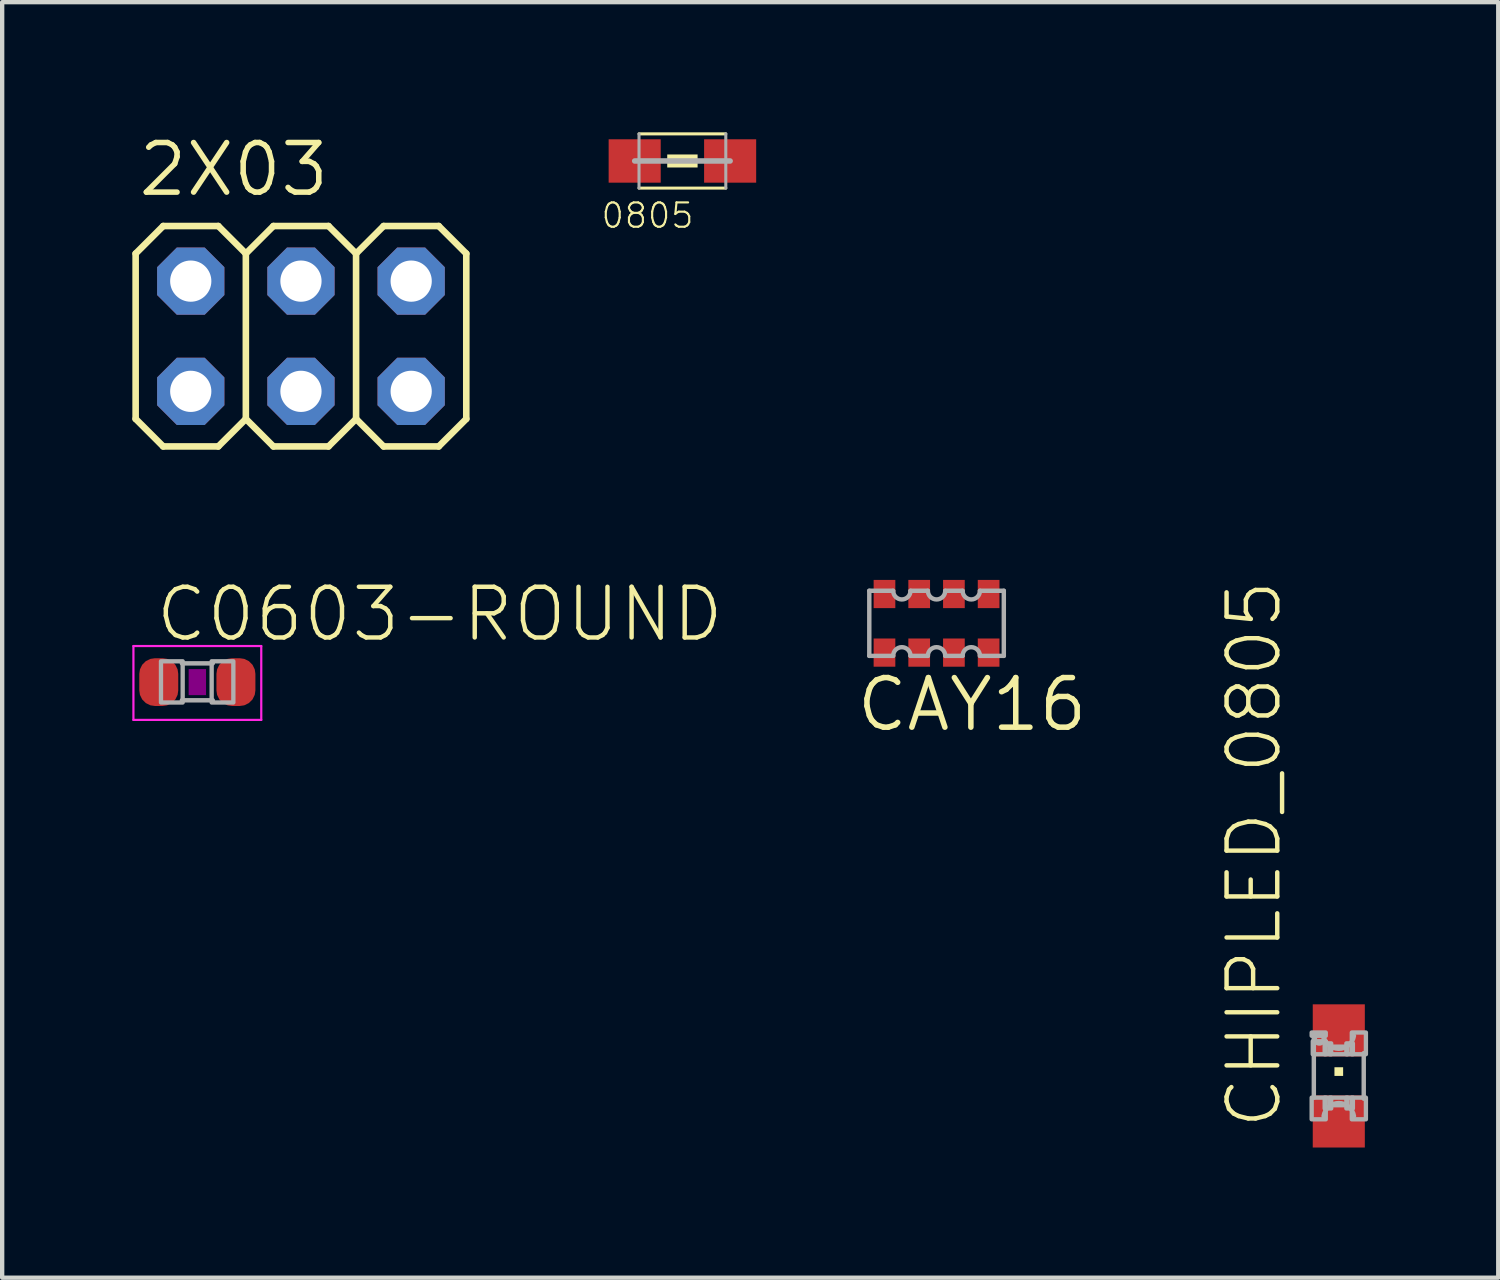
<source format=kicad_pcb>
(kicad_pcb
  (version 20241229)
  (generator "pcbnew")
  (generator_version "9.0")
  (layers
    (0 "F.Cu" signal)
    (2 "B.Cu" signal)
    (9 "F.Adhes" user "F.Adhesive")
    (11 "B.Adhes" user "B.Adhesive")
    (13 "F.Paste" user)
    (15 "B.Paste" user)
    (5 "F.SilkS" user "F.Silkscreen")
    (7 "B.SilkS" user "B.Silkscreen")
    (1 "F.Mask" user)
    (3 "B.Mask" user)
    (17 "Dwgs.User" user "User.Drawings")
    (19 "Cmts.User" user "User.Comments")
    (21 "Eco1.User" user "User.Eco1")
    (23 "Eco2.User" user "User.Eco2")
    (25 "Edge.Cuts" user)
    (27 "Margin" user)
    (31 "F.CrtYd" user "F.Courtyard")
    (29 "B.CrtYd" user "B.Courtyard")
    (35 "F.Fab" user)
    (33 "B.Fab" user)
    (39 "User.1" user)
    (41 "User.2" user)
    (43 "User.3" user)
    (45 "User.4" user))
  (footprint "C0603-ROUND"
    (layer "F.Cu")
    (at 1.498 12.67)
    (property "Reference" "C0603-ROUND" (at -1.016 -0.881 0) (layer "F.SilkS") (effects (font (size 1.168 1.168) (thickness 0.102)) (justify left bottom)))
    (fp_poly (pts (xy -0.2 0.3) (xy 0.2 0.3) (xy 0.2 -0.3) (xy -0.2 -0.3)) (stroke (width 0) (type solid)) (fill yes) (layer "F.Adhes"))
    (fp_line (start -1.473 -0.831) (end 1.473 -0.831) (stroke (width 0.051) (type solid)) (layer "F.CrtYd"))
    (fp_line (start -1.473 0.871) (end -1.473 -0.831) (stroke (width 0.051) (type solid)) (layer "F.CrtYd"))
    (fp_line (start 1.473 -0.831) (end 1.473 0.871) (stroke (width 0.051) (type solid)) (layer "F.CrtYd"))
    (fp_line (start 1.473 0.871) (end -1.473 0.871) (stroke (width 0.051) (type solid)) (layer "F.CrtYd"))
    (fp_line (start -0.356 -0.432) (end 0.356 -0.432) (stroke (width 0.102) (type solid)) (layer "F.Fab"))
    (fp_line (start -0.356 0.419) (end 0.356 0.419) (stroke (width 0.102) (type solid)) (layer "F.Fab"))
    (fp_poly (pts (xy -0.838 0.47) (xy -0.338 0.47) (xy -0.338 -0.48) (xy -0.838 -0.48)) (stroke (width 0.1) (type solid)) (fill no) (layer "F.Fab"))
    (fp_poly (pts (xy 0.33 0.47) (xy 0.83 0.47) (xy 0.83 -0.48) (xy 0.33 -0.48)) (stroke (width 0.1) (type solid)) (fill no) (layer "F.Fab"))
    (pad "1" smd roundrect (at -0.889 0 90) (size 1.1 0.898) (layers "F.Cu" "F.Mask" "F.Paste") (roundrect_rratio 0.4))
    (pad "2" smd roundrect (at 0.889 0 90) (size 1.1 0.898) (layers "F.Cu" "F.Mask" "F.Paste") (roundrect_rratio 0.4)))
  (footprint "CAY16"
    (layer "F.Cu")
    (at 18.534 11.315)
    (property "Reference" "CAY16" (at -1.905 2.54 0) (layer "F.SilkS") (effects (font (size 1.143 1.143) (thickness 0.127)) (justify left bottom)))
    (fp_line (start -1.55 -0.75) (end -1 -0.75) (stroke (width 0.102) (type solid)) (layer "F.Fab"))
    (fp_line (start -1.55 0.75) (end -1.55 -0.75) (stroke (width 0.102) (type solid)) (layer "F.Fab"))
    (fp_line (start -1 0.75) (end -1.55 0.75) (stroke (width 0.102) (type solid)) (layer "F.Fab"))
    (fp_line (start -0.6 -0.75) (end -0.2 -0.75) (stroke (width 0.102) (type solid)) (layer "F.Fab"))
    (fp_line (start -0.2 0.75) (end -0.6 0.75) (stroke (width 0.102) (type solid)) (layer "F.Fab"))
    (fp_line (start 0.2 -0.75) (end 0.6 -0.75) (stroke (width 0.102) (type solid)) (layer "F.Fab"))
    (fp_line (start 0.6 0.75) (end 0.2 0.75) (stroke (width 0.102) (type solid)) (layer "F.Fab"))
    (fp_line (start 1 -0.75) (end 1.55 -0.75) (stroke (width 0.102) (type solid)) (layer "F.Fab"))
    (fp_line (start 1.55 -0.75) (end 1.55 0.75) (stroke (width 0.102) (type solid)) (layer "F.Fab"))
    (fp_line (start 1.55 0.75) (end 1 0.75) (stroke (width 0.102) (type solid)) (layer "F.Fab"))
    (fp_arc (start -1 0.75) (mid -0.8 0.55) (end -0.6 0.75) (stroke (width 0.1016) (type solid)) (layer "F.Fab"))
    (fp_arc (start -0.6 -0.75) (mid -0.8 -0.55) (end -1 -0.75) (stroke (width 0.1016) (type solid)) (layer "F.Fab"))
    (fp_arc (start -0.2 0.75) (mid 0 0.55) (end 0.2 0.75) (stroke (width 0.1016) (type solid)) (layer "F.Fab"))
    (fp_arc (start 0.2 -0.75) (mid 0 -0.55) (end -0.2 -0.75) (stroke (width 0.1016) (type solid)) (layer "F.Fab"))
    (fp_arc (start 0.6 0.75) (mid 0.8 0.55) (end 1 0.75) (stroke (width 0.1016) (type solid)) (layer "F.Fab"))
    (fp_arc (start 1 -0.75) (mid 0.8 -0.55) (end 0.6 -0.75) (stroke (width 0.1016) (type solid)) (layer "F.Fab"))
    (pad "1" smd rect (at -1.2 0.675) (size 0.5 0.65) (layers "F.Cu" "F.Mask" "F.Paste"))
    (pad "2" smd rect (at -0.4 0.675) (size 0.5 0.65) (layers "F.Cu" "F.Mask" "F.Paste"))
    (pad "3" smd rect (at 0.4 0.675) (size 0.5 0.65) (layers "F.Cu" "F.Mask" "F.Paste"))
    (pad "4" smd rect (at 1.2 0.675) (size 0.5 0.65) (layers "F.Cu" "F.Mask" "F.Paste"))
    (pad "5" smd rect (at 1.2 -0.675) (size 0.5 0.65) (layers "F.Cu" "F.Mask" "F.Paste"))
    (pad "6" smd rect (at 0.4 -0.675) (size 0.5 0.65) (layers "F.Cu" "F.Mask" "F.Paste"))
    (pad "7" smd rect (at -0.4 -0.675) (size 0.5 0.65) (layers "F.Cu" "F.Mask" "F.Paste"))
    (pad "8" smd rect (at -1.2 -0.675) (size 0.5 0.65) (layers "F.Cu" "F.Mask" "F.Paste")))
  (footprint "0805"
    (layer "F.Cu")
    (at 12.677 0.66)
    (property "Reference" "0805" (at -1.905 1.587 0) (layer "F.SilkS") (effects (font (size 0.561 0.561) (thickness 0.049)) (justify left bottom)))
    (fp_line (start -1 -0.625) (end 1 -0.625) (stroke (width 0.07) (type solid)) (layer "F.SilkS"))
    (fp_line (start 1 0.625) (end -1 0.625) (stroke (width 0.07) (type solid)) (layer "F.SilkS"))
    (fp_poly (pts (xy -0.35 0.15) (xy 0.35 0.15) (xy 0.35 -0.15) (xy -0.35 -0.15)) (stroke (width 0) (type solid)) (fill yes) (layer "F.SilkS"))
    (fp_line (start -1.1 0) (end 1.1 0) (stroke (width 0.127) (type solid)) (layer "F.Fab"))
    (fp_line (start -1 0.625) (end -1 -0.625) (stroke (width 0.07) (type solid)) (layer "F.Fab"))
    (fp_line (start 1 -0.625) (end 1 0.625) (stroke (width 0.07) (type solid)) (layer "F.Fab"))
    (pad "1" smd rect (at -1.1 0) (size 1.2 1) (layers "F.Cu" "F.Mask" "F.Paste"))
    (pad "2" smd rect (at 1.1 0) (size 1.2 1) (layers "F.Cu" "F.Mask" "F.Paste")))
  (footprint "2X03"
    (layer "F.Cu")
    (at 3.886 4.699)
    (property "Reference" "2X03" (at -3.81 -3.175 0) (layer "F.SilkS") (effects (font (size 1.143 1.143) (thickness 0.127)) (justify left bottom)))
    (fp_line (start -3.81 -1.905) (end -3.175 -2.54) (stroke (width 0.152) (type solid)) (layer "F.SilkS"))
    (fp_line (start -3.81 1.905) (end -3.81 -1.905) (stroke (width 0.152) (type solid)) (layer "F.SilkS"))
    (fp_line (start -3.81 1.905) (end -3.175 2.54) (stroke (width 0.152) (type solid)) (layer "F.SilkS"))
    (fp_line (start -3.175 -2.54) (end -1.905 -2.54) (stroke (width 0.152) (type solid)) (layer "F.SilkS"))
    (fp_line (start -3.175 2.54) (end -1.905 2.54) (stroke (width 0.152) (type solid)) (layer "F.SilkS"))
    (fp_line (start -1.905 -2.54) (end -1.27 -1.905) (stroke (width 0.152) (type solid)) (layer "F.SilkS"))
    (fp_line (start -1.905 2.54) (end -1.27 1.905) (stroke (width 0.152) (type solid)) (layer "F.SilkS"))
    (fp_line (start -1.27 -1.905) (end -1.27 1.905) (stroke (width 0.152) (type solid)) (layer "F.SilkS"))
    (fp_line (start -1.27 -1.905) (end -0.635 -2.54) (stroke (width 0.152) (type solid)) (layer "F.SilkS"))
    (fp_line (start -1.27 1.905) (end -0.635 2.54) (stroke (width 0.152) (type solid)) (layer "F.SilkS"))
    (fp_line (start -0.635 -2.54) (end 0.635 -2.54) (stroke (width 0.152) (type solid)) (layer "F.SilkS"))
    (fp_line (start -0.635 2.54) (end 0.635 2.54) (stroke (width 0.152) (type solid)) (layer "F.SilkS"))
    (fp_line (start 0.635 -2.54) (end 1.27 -1.905) (stroke (width 0.152) (type solid)) (layer "F.SilkS"))
    (fp_line (start 0.635 2.54) (end 1.27 1.905) (stroke (width 0.152) (type solid)) (layer "F.SilkS"))
    (fp_line (start 1.27 -1.905) (end 1.27 1.905) (stroke (width 0.152) (type solid)) (layer "F.SilkS"))
    (fp_line (start 1.27 -1.905) (end 1.905 -2.54) (stroke (width 0.152) (type solid)) (layer "F.SilkS"))
    (fp_line (start 1.27 1.905) (end 1.905 2.54) (stroke (width 0.152) (type solid)) (layer "F.SilkS"))
    (fp_line (start 1.905 -2.54) (end 3.175 -2.54) (stroke (width 0.152) (type solid)) (layer "F.SilkS"))
    (fp_line (start 1.905 2.54) (end 3.175 2.54) (stroke (width 0.152) (type solid)) (layer "F.SilkS"))
    (fp_line (start 3.175 -2.54) (end 3.81 -1.905) (stroke (width 0.152) (type solid)) (layer "F.SilkS"))
    (fp_line (start 3.175 2.54) (end 3.81 1.905) (stroke (width 0.152) (type solid)) (layer "F.SilkS"))
    (fp_line (start 3.81 -1.905) (end 3.81 1.905) (stroke (width 0.152) (type solid)) (layer "F.SilkS"))
    (fp_poly (pts (xy -2.794 -1.016) (xy -2.286 -1.016) (xy -2.286 -1.524) (xy -2.794 -1.524)) (stroke (width 0.1) (type solid)) (fill no) (layer "F.Fab"))
    (fp_poly (pts (xy -2.794 1.524) (xy -2.286 1.524) (xy -2.286 1.016) (xy -2.794 1.016)) (stroke (width 0.1) (type solid)) (fill no) (layer "F.Fab"))
    (fp_poly (pts (xy -0.254 -1.016) (xy 0.254 -1.016) (xy 0.254 -1.524) (xy -0.254 -1.524)) (stroke (width 0.1) (type solid)) (fill no) (layer "F.Fab"))
    (fp_poly (pts (xy -0.254 1.524) (xy 0.254 1.524) (xy 0.254 1.016) (xy -0.254 1.016)) (stroke (width 0.1) (type solid)) (fill no) (layer "F.Fab"))
    (fp_poly (pts (xy 2.286 -1.016) (xy 2.794 -1.016) (xy 2.794 -1.524) (xy 2.286 -1.524)) (stroke (width 0.1) (type solid)) (fill no) (layer "F.Fab"))
    (fp_poly (pts (xy 2.286 1.524) (xy 2.794 1.524) (xy 2.794 1.016) (xy 2.286 1.016)) (stroke (width 0.1) (type solid)) (fill no) (layer "F.Fab"))
    (pad "1" thru_hole roundrect (at -2.54 1.27) (size 1.55 1.55) (drill 0.95) (layers "*.Cu" "*.Mask") (roundrect_rratio 0.25) (chamfer_ratio 0.293) (chamfer top_left top_right bottom_left bottom_right))
    (pad "2" thru_hole roundrect (at -2.54 -1.27) (size 1.55 1.55) (drill 0.95) (layers "*.Cu" "*.Mask") (roundrect_rratio 0.25) (chamfer_ratio 0.293) (chamfer top_left top_right bottom_left bottom_right))
    (pad "3" thru_hole roundrect (at 0 1.27) (size 1.55 1.55) (drill 0.95) (layers "*.Cu" "*.Mask") (roundrect_rratio 0.25) (chamfer_ratio 0.293) (chamfer top_left top_right bottom_left bottom_right))
    (pad "4" thru_hole roundrect (at 0 -1.27) (size 1.55 1.55) (drill 0.95) (layers "*.Cu" "*.Mask") (roundrect_rratio 0.25) (chamfer_ratio 0.293) (chamfer top_left top_right bottom_left bottom_right))
    (pad "5" thru_hole roundrect (at 2.54 1.27) (size 1.55 1.55) (drill 0.95) (layers "*.Cu" "*.Mask") (roundrect_rratio 0.25) (chamfer_ratio 0.293) (chamfer top_left top_right bottom_left bottom_right))
    (pad "6" thru_hole roundrect (at 2.54 -1.27) (size 1.55 1.55) (drill 0.95) (layers "*.Cu" "*.Mask") (roundrect_rratio 0.25) (chamfer_ratio 0.293) (chamfer top_left top_right bottom_left bottom_right)))
  (footprint "CHIPLED_0805"
    (layer "F.Cu")
    (at 27.804 21.746)
    (property "Reference" "CHIPLED_0805" (at -1.27 1.27 90) (layer "F.SilkS") (effects (font (size 1.168 1.168) (thickness 0.102)) (justify left bottom)))
    (fp_poly (pts (xy -0.1 0) (xy 0.1 0) (xy 0.1 -0.2) (xy -0.1 -0.2)) (stroke (width 0) (type solid)) (fill yes) (layer "F.SilkS"))
    (fp_line (start -0.575 0.5) (end -0.575 -0.925) (stroke (width 0.102) (type solid)) (layer "F.Fab"))
    (fp_line (start 0.575 -0.525) (end 0.575 0.525) (stroke (width 0.102) (type solid)) (layer "F.Fab"))
    (fp_arc (start -0.35 0.925) (mid -0.000001 0.625027) (end 0.35 0.924998) (stroke (width 0.1016) (type solid)) (layer "F.Fab"))
    (fp_arc (start 0.35 -0.924998) (mid -0.000001 -0.625027) (end -0.35 -0.925) (stroke (width 0.1016) (type solid)) (layer "F.Fab"))
    (fp_circle (center -0.45 -0.85) (end -0.347 -0.85) (stroke (width 0.102) (type solid)) (fill no) (layer "F.Fab"))
    (fp_poly (pts (xy -0.625 -0.925) (xy -0.3 -0.925) (xy -0.3 -1) (xy -0.625 -1)) (stroke (width 0.1) (type solid)) (fill no) (layer "F.Fab"))
    (fp_poly (pts (xy -0.625 1) (xy -0.3 1) (xy -0.3 0.5) (xy -0.625 0.5)) (stroke (width 0.1) (type solid)) (fill no) (layer "F.Fab"))
    (fp_poly (pts (xy -0.6 -0.5) (xy -0.3 -0.5) (xy -0.3 -0.8) (xy -0.6 -0.8)) (stroke (width 0.1) (type solid)) (fill no) (layer "F.Fab"))
    (fp_poly (pts (xy -0.325 -0.5) (xy -0.175 -0.5) (xy -0.175 -0.75) (xy -0.325 -0.75)) (stroke (width 0.1) (type solid)) (fill no) (layer "F.Fab"))
    (fp_poly (pts (xy -0.325 0.75) (xy -0.175 0.75) (xy -0.175 0.5) (xy -0.325 0.5)) (stroke (width 0.1) (type solid)) (fill no) (layer "F.Fab"))
    (fp_poly (pts (xy -0.2 -0.5) (xy 0.2 -0.5) (xy 0.2 -0.675) (xy -0.2 -0.675)) (stroke (width 0.1) (type solid)) (fill no) (layer "F.Fab"))
    (fp_poly (pts (xy -0.2 0.675) (xy 0.2 0.675) (xy 0.2 0.5) (xy -0.2 0.5)) (stroke (width 0.1) (type solid)) (fill no) (layer "F.Fab"))
    (fp_poly (pts (xy 0.175 -0.5) (xy 0.325 -0.5) (xy 0.325 -0.75) (xy 0.175 -0.75)) (stroke (width 0.1) (type solid)) (fill no) (layer "F.Fab"))
    (fp_poly (pts (xy 0.175 0.75) (xy 0.325 0.75) (xy 0.325 0.5) (xy 0.175 0.5)) (stroke (width 0.1) (type solid)) (fill no) (layer "F.Fab"))
    (fp_poly (pts (xy 0.3 -0.5) (xy 0.625 -0.5) (xy 0.625 -1) (xy 0.3 -1)) (stroke (width 0.1) (type solid)) (fill no) (layer "F.Fab"))
    (fp_poly (pts (xy 0.3 1) (xy 0.625 1) (xy 0.625 0.5) (xy 0.3 0.5)) (stroke (width 0.1) (type solid)) (fill no) (layer "F.Fab"))
    (pad "A" smd rect (at 0 1.05) (size 1.2 1.2) (layers "F.Cu" "F.Mask" "F.Paste"))
    (pad "C" smd rect (at 0 -1.05) (size 1.2 1.2) (layers "F.Cu" "F.Mask" "F.Paste")))
  (gr_rect
    (start -3 -3)
    (end 31.479 26.396)
    (stroke (width 0.1) (type default))
    (fill no)
    (layer "Edge.Cuts")))
</source>
